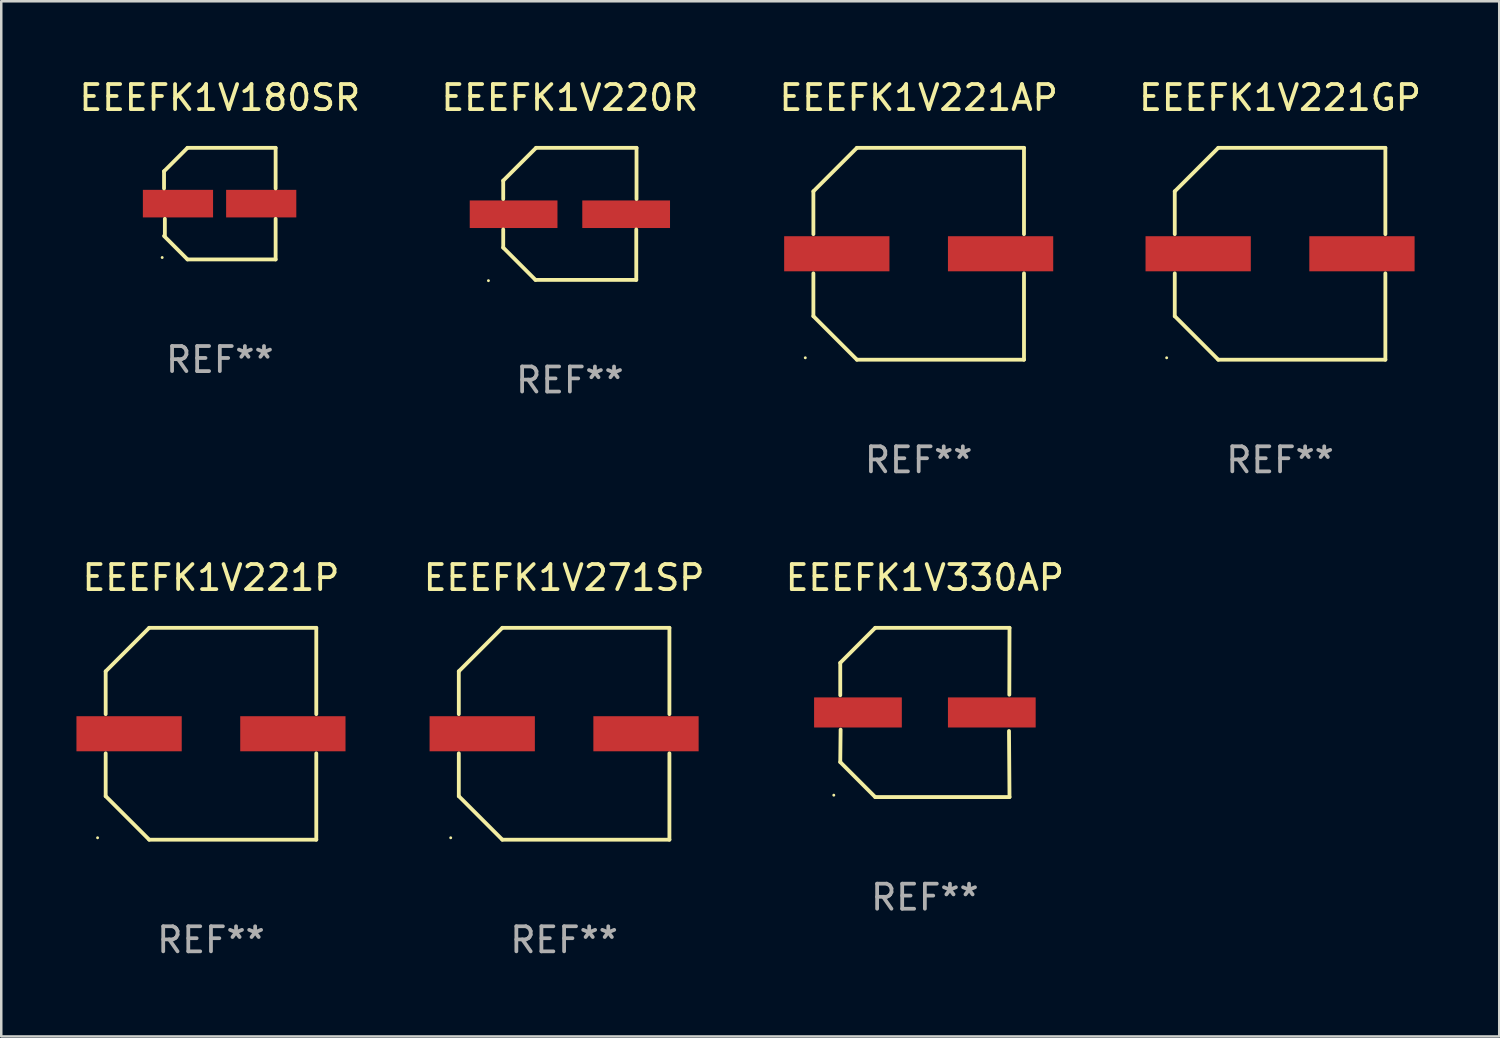
<source format=kicad_pcb>
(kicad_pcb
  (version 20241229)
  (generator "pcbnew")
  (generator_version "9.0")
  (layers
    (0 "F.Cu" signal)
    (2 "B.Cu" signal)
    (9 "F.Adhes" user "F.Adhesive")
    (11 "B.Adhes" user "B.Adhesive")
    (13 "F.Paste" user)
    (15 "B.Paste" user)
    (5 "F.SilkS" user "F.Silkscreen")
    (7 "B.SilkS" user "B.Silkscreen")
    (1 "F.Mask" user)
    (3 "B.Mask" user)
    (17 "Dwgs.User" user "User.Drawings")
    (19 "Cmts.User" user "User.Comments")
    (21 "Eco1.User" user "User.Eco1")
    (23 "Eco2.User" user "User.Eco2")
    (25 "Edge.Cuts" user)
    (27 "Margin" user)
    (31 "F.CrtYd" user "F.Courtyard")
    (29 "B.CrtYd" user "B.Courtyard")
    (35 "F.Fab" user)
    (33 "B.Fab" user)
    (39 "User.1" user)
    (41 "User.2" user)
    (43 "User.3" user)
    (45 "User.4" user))
  (footprint "EEEFK1V221P"
    (layer "F.Cu")
    (at 5.367 26.223)
    (property "Reference" "EEEFK1V221P" (at 0 -6.226 0) (layer "F.SilkS") (effects (font (size 1 1) (thickness 0.15))))
    (attr through_hole)
    (fp_line (start -4.201 -2.49) (end -4.201 -0.782) (stroke (width 0.152) (type solid)) (layer "F.SilkS"))
    (fp_line (start -4.201 2.49) (end -4.201 0.782) (stroke (width 0.152) (type solid)) (layer "F.SilkS"))
    (fp_line (start -2.465 -4.226) (end -4.201 -2.49) (stroke (width 0.152) (type solid)) (layer "F.SilkS"))
    (fp_line (start -2.465 4.226) (end -4.201 2.49) (stroke (width 0.152) (type solid)) (layer "F.SilkS"))
    (fp_line (start 4.201 -4.226) (end -2.465 -4.226) (stroke (width 0.152) (type solid)) (layer "F.SilkS"))
    (fp_line (start 4.201 -0.782) (end 4.201 -4.226) (stroke (width 0.152) (type solid)) (layer "F.SilkS"))
    (fp_line (start 4.201 0.782) (end 4.201 4.226) (stroke (width 0.152) (type solid)) (layer "F.SilkS"))
    (fp_line (start 4.201 4.226) (end -2.465 4.226) (stroke (width 0.152) (type solid)) (layer "F.SilkS"))
    (fp_circle (center -4.524 4.15) (end -4.494 4.15) (stroke (width 0.06) (type solid)) (fill no) (layer "F.SilkS"))
    (fp_text user "REF**" (at 0 8.226 0) (layer "F.Fab") (effects (font (size 1 1) (thickness 0.15))))
    (pad "1" smd rect (at -3.267 0) (size 4.2 1.4) (layers "F.Cu" "F.Mask" "F.Paste"))
    (pad "2" smd rect (at 3.267 0) (size 4.2 1.4) (layers "F.Cu" "F.Mask" "F.Paste")))
  (footprint "EEEFK1V330AP"
    (layer "F.Cu")
    (at 33.848 25.373)
    (property "Reference" "EEEFK1V330AP" (at 0 -5.376 0) (layer "F.SilkS") (effects (font (size 1 1) (thickness 0.15))))
    (attr through_hole)
    (fp_line (start -3.376 -1.98) (end -3.376 -0.686) (stroke (width 0.152) (type solid)) (layer "F.SilkS"))
    (fp_line (start -3.376 1.981) (end -3.362 0.686) (stroke (width 0.152) (type solid)) (layer "F.SilkS"))
    (fp_line (start -1.981 3.376) (end -3.376 1.981) (stroke (width 0.152) (type solid)) (layer "F.SilkS"))
    (fp_line (start -1.98 -3.376) (end -3.376 -1.98) (stroke (width 0.152) (type solid)) (layer "F.SilkS"))
    (fp_line (start 3.356 0.74) (end 3.376 3.376) (stroke (width 0.152) (type solid)) (layer "F.SilkS"))
    (fp_line (start 3.369 -0.707) (end 3.376 -3.376) (stroke (width 0.152) (type solid)) (layer "F.SilkS"))
    (fp_line (start 3.376 3.376) (end -1.981 3.376) (stroke (width 0.152) (type solid)) (layer "F.SilkS"))
    (fp_line (start 3.376 -3.376) (end -1.98 -3.376) (stroke (width 0.152) (type solid)) (layer "F.SilkS"))
    (fp_circle (center -3.634 3.3) (end -3.604 3.3) (stroke (width 0.06) (type solid)) (fill no) (layer "F.SilkS"))
    (fp_text user "REF**" (at 0 7.376 0) (layer "F.Fab") (effects (font (size 1 1) (thickness 0.15))))
    (pad "1" smd rect (at -2.67 0.000254) (size 3.5 1.2) (layers "F.Cu" "F.Mask" "F.Paste"))
    (pad "2" smd rect (at 2.67 0.000254) (size 3.5 1.2) (layers "F.Cu" "F.Mask" "F.Paste")))
  (footprint "EEEFK1V271SP"
    (layer "F.Cu")
    (at 19.455 26.223)
    (property "Reference" "EEEFK1V271SP" (at 0 -6.226 0) (layer "F.SilkS") (effects (font (size 1 1) (thickness 0.15))))
    (attr through_hole)
    (fp_line (start -4.201 -2.49) (end -4.201 -0.782) (stroke (width 0.152) (type solid)) (layer "F.SilkS"))
    (fp_line (start -4.201 2.49) (end -4.201 0.782) (stroke (width 0.152) (type solid)) (layer "F.SilkS"))
    (fp_line (start -2.465 -4.226) (end -4.201 -2.49) (stroke (width 0.152) (type solid)) (layer "F.SilkS"))
    (fp_line (start -2.465 4.226) (end -4.201 2.49) (stroke (width 0.152) (type solid)) (layer "F.SilkS"))
    (fp_line (start 4.201 -4.226) (end -2.465 -4.226) (stroke (width 0.152) (type solid)) (layer "F.SilkS"))
    (fp_line (start 4.201 -0.782) (end 4.201 -4.226) (stroke (width 0.152) (type solid)) (layer "F.SilkS"))
    (fp_line (start 4.201 0.782) (end 4.201 4.226) (stroke (width 0.152) (type solid)) (layer "F.SilkS"))
    (fp_line (start 4.201 4.226) (end -2.465 4.226) (stroke (width 0.152) (type solid)) (layer "F.SilkS"))
    (fp_circle (center -4.524 4.15) (end -4.494 4.15) (stroke (width 0.06) (type solid)) (fill no) (layer "F.SilkS"))
    (fp_text user "REF**" (at 0 8.226 0) (layer "F.Fab") (effects (font (size 1 1) (thickness 0.15))))
    (pad "1" smd rect (at -3.267 0) (size 4.2 1.4) (layers "F.Cu" "F.Mask" "F.Paste"))
    (pad "2" smd rect (at 3.267 0) (size 4.2 1.4) (layers "F.Cu" "F.Mask" "F.Paste")))
  (footprint "EEEFK1V221GP"
    (layer "F.Cu")
    (at 48.018 7.074)
    (property "Reference" "EEEFK1V221GP" (at 0 -6.226 0) (layer "F.SilkS") (effects (font (size 1 1) (thickness 0.15))))
    (attr through_hole)
    (fp_line (start -4.201 -2.49) (end -4.201 -0.782) (stroke (width 0.152) (type solid)) (layer "F.SilkS"))
    (fp_line (start -4.201 2.49) (end -4.201 0.782) (stroke (width 0.152) (type solid)) (layer "F.SilkS"))
    (fp_line (start -2.465 -4.226) (end -4.201 -2.49) (stroke (width 0.152) (type solid)) (layer "F.SilkS"))
    (fp_line (start -2.465 4.226) (end -4.201 2.49) (stroke (width 0.152) (type solid)) (layer "F.SilkS"))
    (fp_line (start 4.201 -4.226) (end -2.465 -4.226) (stroke (width 0.152) (type solid)) (layer "F.SilkS"))
    (fp_line (start 4.201 -0.782) (end 4.201 -4.226) (stroke (width 0.152) (type solid)) (layer "F.SilkS"))
    (fp_line (start 4.201 0.782) (end 4.201 4.226) (stroke (width 0.152) (type solid)) (layer "F.SilkS"))
    (fp_line (start 4.201 4.226) (end -2.465 4.226) (stroke (width 0.152) (type solid)) (layer "F.SilkS"))
    (fp_circle (center -4.524 4.15) (end -4.494 4.15) (stroke (width 0.06) (type solid)) (fill no) (layer "F.SilkS"))
    (fp_text user "REF**" (at 0 8.226 0) (layer "F.Fab") (effects (font (size 1 1) (thickness 0.15))))
    (pad "1" smd rect (at -3.267 0) (size 4.2 1.4) (layers "F.Cu" "F.Mask" "F.Paste"))
    (pad "2" smd rect (at 3.267 0) (size 4.2 1.4) (layers "F.Cu" "F.Mask" "F.Paste")))
  (footprint "EEEFK1V180SR"
    (layer "F.Cu")
    (at 5.72 5.074)
    (property "Reference" "EEEFK1V180SR" (at 0 -4.226 0) (layer "F.SilkS") (effects (font (size 1 1) (thickness 0.15))))
    (attr through_hole)
    (fp_line (start -2.226 -1.29) (end -2.226 -0.607) (stroke (width 0.152) (type solid)) (layer "F.SilkS"))
    (fp_line (start -2.193 1.29) (end -2.193 0.607) (stroke (width 0.152) (type solid)) (layer "F.SilkS"))
    (fp_line (start -1.29 2.226) (end -2.226 1.29) (stroke (width 0.152) (type solid)) (layer "F.SilkS"))
    (fp_line (start -1.29 -2.226) (end -2.226 -1.29) (stroke (width 0.152) (type solid)) (layer "F.SilkS"))
    (fp_line (start 2.226 -2.226) (end -1.29 -2.226) (stroke (width 0.152) (type solid)) (layer "F.SilkS"))
    (fp_line (start 2.226 -0.607) (end 2.226 -2.226) (stroke (width 0.152) (type solid)) (layer "F.SilkS"))
    (fp_line (start 2.226 0.607) (end 2.226 2.226) (stroke (width 0.152) (type solid)) (layer "F.SilkS"))
    (fp_line (start 2.226 2.226) (end -1.29 2.226) (stroke (width 0.152) (type solid)) (layer "F.SilkS"))
    (fp_circle (center -2.3 2.15) (end -2.27 2.15) (stroke (width 0.06) (type solid)) (fill no) (layer "F.SilkS"))
    (fp_text user "REF**" (at 0 6.226 0) (layer "F.Fab") (effects (font (size 1 1) (thickness 0.15))))
    (pad "1" smd rect (at -1.67 -0.000025) (size 2.8 1.1) (layers "F.Cu" "F.Mask" "F.Paste"))
    (pad "2" smd rect (at 1.651 -0.000025) (size 2.8 1.1) (layers "F.Cu" "F.Mask" "F.Paste")))
  (footprint "EEEFK1V221AP"
    (layer "F.Cu")
    (at 33.601 7.074)
    (property "Reference" "EEEFK1V221AP" (at 0 -6.226 0) (layer "F.SilkS") (effects (font (size 1 1) (thickness 0.15))))
    (attr through_hole)
    (fp_line (start -4.201 -2.49) (end -4.201 -0.782) (stroke (width 0.152) (type solid)) (layer "F.SilkS"))
    (fp_line (start -4.201 2.49) (end -4.201 0.782) (stroke (width 0.152) (type solid)) (layer "F.SilkS"))
    (fp_line (start -2.465 -4.226) (end -4.201 -2.49) (stroke (width 0.152) (type solid)) (layer "F.SilkS"))
    (fp_line (start -2.465 4.226) (end -4.201 2.49) (stroke (width 0.152) (type solid)) (layer "F.SilkS"))
    (fp_line (start 4.201 -4.226) (end -2.465 -4.226) (stroke (width 0.152) (type solid)) (layer "F.SilkS"))
    (fp_line (start 4.201 -0.782) (end 4.201 -4.226) (stroke (width 0.152) (type solid)) (layer "F.SilkS"))
    (fp_line (start 4.201 0.782) (end 4.201 4.226) (stroke (width 0.152) (type solid)) (layer "F.SilkS"))
    (fp_line (start 4.201 4.226) (end -2.465 4.226) (stroke (width 0.152) (type solid)) (layer "F.SilkS"))
    (fp_circle (center -4.524 4.15) (end -4.494 4.15) (stroke (width 0.06) (type solid)) (fill no) (layer "F.SilkS"))
    (fp_text user "REF**" (at 0 8.226 0) (layer "F.Fab") (effects (font (size 1 1) (thickness 0.15))))
    (pad "1" smd rect (at -3.267 0) (size 4.2 1.4) (layers "F.Cu" "F.Mask" "F.Paste"))
    (pad "2" smd rect (at 3.267 0) (size 4.2 1.4) (layers "F.Cu" "F.Mask" "F.Paste")))
  (footprint "EEEFK1V220R"
    (layer "F.Cu")
    (at 19.685 5.482)
    (property "Reference" "EEEFK1V220R" (at 0 -4.634 0) (layer "F.SilkS") (effects (font (size 1 1) (thickness 0.15))))
    (attr through_hole)
    (fp_line (start -2.659 -1.326) (end -2.659 -0.592) (stroke (width 0.152) (type solid)) (layer "F.SilkS"))
    (fp_line (start -2.659 1.346) (end -2.659 0.622) (stroke (width 0.152) (type solid)) (layer "F.SilkS"))
    (fp_line (start -1.372 2.634) (end -2.659 1.346) (stroke (width 0.152) (type solid)) (layer "F.SilkS"))
    (fp_line (start -1.349 -2.634) (end -2.659 -1.326) (stroke (width 0.152) (type solid)) (layer "F.SilkS"))
    (fp_line (start 2.649 0.622) (end 2.649 2.634) (stroke (width 0.152) (type solid)) (layer "F.SilkS"))
    (fp_line (start 2.649 2.634) (end -1.372 2.634) (stroke (width 0.152) (type solid)) (layer "F.SilkS"))
    (fp_line (start 2.659 -2.634) (end -1.349 -2.634) (stroke (width 0.152) (type solid)) (layer "F.SilkS"))
    (fp_line (start 2.659 -0.592) (end 2.659 -2.634) (stroke (width 0.152) (type solid)) (layer "F.SilkS"))
    (fp_circle (center -3.249 2.665) (end -3.219 2.665) (stroke (width 0.06) (type solid)) (fill no) (layer "F.SilkS"))
    (fp_text user "REF**" (at 0 6.634 0) (layer "F.Fab") (effects (font (size 1 1) (thickness 0.15))))
    (pad "1" smd rect (at -2.245 0.015) (size 3.5 1.1) (layers "F.Cu" "F.Mask" "F.Paste"))
    (pad "2" smd rect (at 2.245 0.015) (size 3.5 1.1) (layers "F.Cu" "F.Mask" "F.Paste")))
  (gr_rect
    (start -3 -3)
    (end 56.762 38.298)
    (stroke (width 0.1) (type default))
    (fill no)
    (layer "Edge.Cuts")))
</source>
